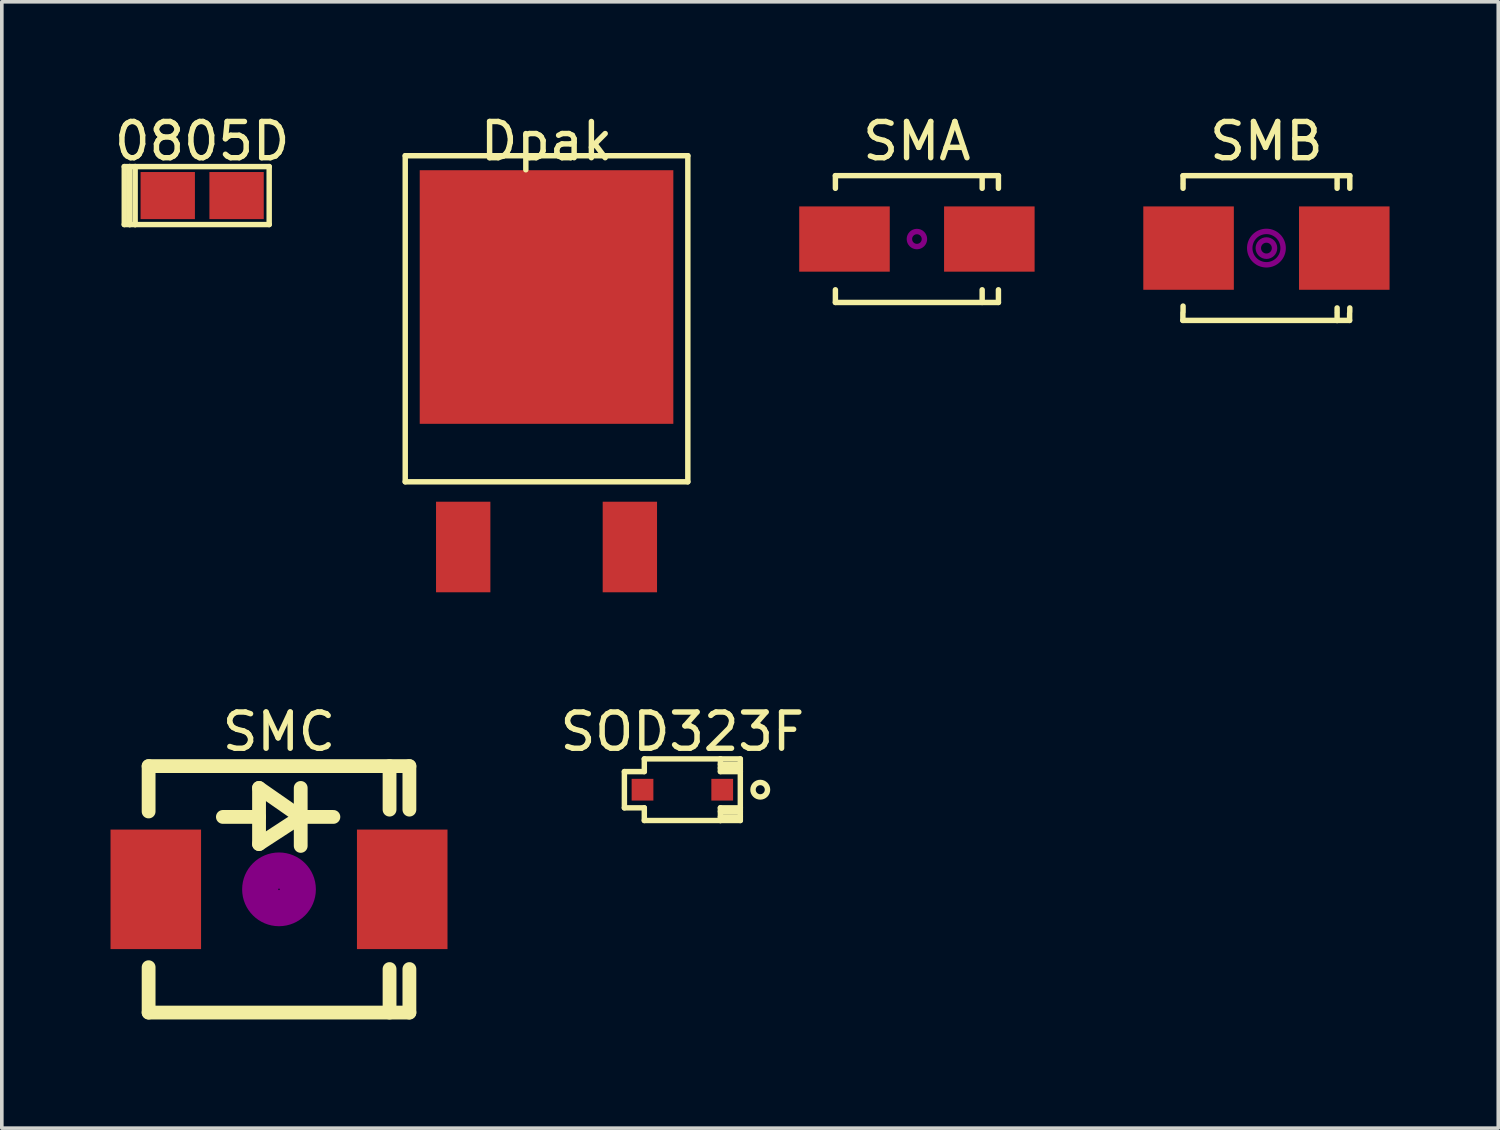
<source format=kicad_pcb>
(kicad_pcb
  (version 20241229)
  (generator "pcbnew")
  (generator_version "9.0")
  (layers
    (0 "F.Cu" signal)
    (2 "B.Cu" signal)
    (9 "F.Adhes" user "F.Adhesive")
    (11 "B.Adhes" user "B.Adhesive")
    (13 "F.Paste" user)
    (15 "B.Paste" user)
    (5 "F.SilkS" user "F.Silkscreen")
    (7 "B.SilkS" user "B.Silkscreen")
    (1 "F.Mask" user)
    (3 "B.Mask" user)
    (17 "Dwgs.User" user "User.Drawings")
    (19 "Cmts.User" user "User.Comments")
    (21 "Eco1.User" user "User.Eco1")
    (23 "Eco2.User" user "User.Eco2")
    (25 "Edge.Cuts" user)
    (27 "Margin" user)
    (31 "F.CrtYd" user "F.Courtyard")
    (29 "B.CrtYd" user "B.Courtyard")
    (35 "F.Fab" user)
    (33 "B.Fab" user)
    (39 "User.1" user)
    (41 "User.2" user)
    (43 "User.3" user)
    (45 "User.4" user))
  (footprint "SMB"
    (layer "F.Cu")
    (at 31.905 3.798)
    (property "Reference" "SMB" (at 0 -2.95 0) (layer "F.SilkS") (effects (font (size 1 1) (thickness 0.15))))
    (attr smd)
    (fp_line (start -2.306 1.996) (end -2.306 1.798) (stroke (width 0.15) (type solid)) (layer "F.SilkS"))
    (fp_line (start -2.306 1.996) (end 2.296 1.996) (stroke (width 0.15) (type solid)) (layer "F.SilkS"))
    (fp_line (start -2.301 -1.999) (end -2.301 -1.801) (stroke (width 0.15) (type solid)) (layer "F.SilkS"))
    (fp_line (start -2.301 -1.999) (end 2.301 -1.999) (stroke (width 0.15) (type solid)) (layer "F.SilkS"))
    (fp_line (start -2.301 -1.75) (end -2.301 -1.651) (stroke (width 0.15) (type solid)) (layer "F.SilkS"))
    (fp_line (start -2.301 1.75) (end -2.301 1.6) (stroke (width 0.15) (type solid)) (layer "F.SilkS"))
    (fp_line (start 1.951 -1.999) (end 1.951 -1.801) (stroke (width 0.15) (type solid)) (layer "F.SilkS"))
    (fp_line (start 1.951 -1.75) (end 1.951 -1.651) (stroke (width 0.15) (type solid)) (layer "F.SilkS"))
    (fp_line (start 1.951 1.75) (end 1.951 1.651) (stroke (width 0.15) (type solid)) (layer "F.SilkS"))
    (fp_line (start 1.951 1.999) (end 1.951 1.801) (stroke (width 0.15) (type solid)) (layer "F.SilkS"))
    (fp_line (start 2.296 1.996) (end 2.296 1.798) (stroke (width 0.15) (type solid)) (layer "F.SilkS"))
    (fp_line (start 2.301 -1.999) (end 2.301 -1.801) (stroke (width 0.15) (type solid)) (layer "F.SilkS"))
    (fp_line (start 2.301 -1.75) (end 2.301 -1.651) (stroke (width 0.15) (type solid)) (layer "F.SilkS"))
    (fp_line (start 2.301 1.75) (end 2.301 1.651) (stroke (width 0.15) (type solid)) (layer "F.SilkS"))
    (fp_circle (center 0 0) (end 0.201 0.099) (stroke (width 0.15) (type solid)) (fill no) (layer "F.Adhes"))
    (fp_circle (center 0 0) (end 0.45 0.099) (stroke (width 0.15) (type solid)) (fill no) (layer "F.Adhes"))
    (pad "1" smd rect (at 2.149 0) (size 2.499 2.301) (layers "F.Cu" "F.Mask" "F.Paste"))
    (pad "2" smd rect (at -2.149 0) (size 2.499 2.301) (layers "F.Cu" "F.Mask" "F.Paste")))
  (footprint "SMA"
    (layer "F.Cu")
    (at 22.258 3.548)
    (property "Reference" "SMA" (at 0 -2.7 0) (layer "F.SilkS") (effects (font (size 1 1) (thickness 0.15))))
    (attr smd)
    (fp_line (start -2.25 -1.75) (end -2.25 -1.4) (stroke (width 0.15) (type solid)) (layer "F.SilkS"))
    (fp_line (start -2.25 -1.75) (end 2.25 -1.75) (stroke (width 0.15) (type solid)) (layer "F.SilkS"))
    (fp_line (start -2.25 1.75) (end -2.25 1.4) (stroke (width 0.15) (type solid)) (layer "F.SilkS"))
    (fp_line (start -2.25 1.75) (end 2.25 1.75) (stroke (width 0.15) (type solid)) (layer "F.SilkS"))
    (fp_line (start 1.801 -1.75) (end 1.801 -1.4) (stroke (width 0.15) (type solid)) (layer "F.SilkS"))
    (fp_line (start 1.801 1.75) (end 1.801 1.4) (stroke (width 0.15) (type solid)) (layer "F.SilkS"))
    (fp_line (start 2.25 -1.75) (end 2.25 -1.4) (stroke (width 0.15) (type solid)) (layer "F.SilkS"))
    (fp_line (start 2.25 1.75) (end 2.25 1.4) (stroke (width 0.15) (type solid)) (layer "F.SilkS"))
    (fp_circle (center 0 0) (end 0.201 -0.051) (stroke (width 0.15) (type solid)) (fill no) (layer "F.Adhes"))
    (pad "1" smd rect (at 1.999 0) (size 2.499 1.801) (layers "F.Cu" "F.Mask" "F.Paste"))
    (pad "2" smd rect (at -1.999 0) (size 2.499 1.801) (layers "F.Cu" "F.Mask" "F.Paste")))
  (footprint "SMC"
    (layer "F.Cu")
    (at 4.651 21.497)
    (property "Reference" "SMC" (at 0 -4.35 0) (layer "F.SilkS") (effects (font (size 1 1) (thickness 0.15))))
    (attr smd)
    (fp_line (start -3.599 -3.401) (end -3.599 -2.149) (stroke (width 0.381) (type solid)) (layer "F.SilkS"))
    (fp_line (start -3.599 -3.401) (end 3.599 -3.401) (stroke (width 0.381) (type solid)) (layer "F.SilkS"))
    (fp_line (start -3.599 3.401) (end -3.599 2.149) (stroke (width 0.381) (type solid)) (layer "F.SilkS"))
    (fp_line (start -3.599 3.401) (end 3.599 3.401) (stroke (width 0.381) (type solid)) (layer "F.SilkS"))
    (fp_line (start -0.551 -1.999) (end -1.549 -1.999) (stroke (width 0.381) (type solid)) (layer "F.SilkS"))
    (fp_line (start -0.551 -1.25) (end -0.551 -2.799) (stroke (width 0.381) (type solid)) (layer "F.SilkS"))
    (fp_line (start 0.599 -2.799) (end 0.599 -1.199) (stroke (width 0.381) (type solid)) (layer "F.SilkS"))
    (fp_line (start 0.599 -1.999) (end -0.551 -2.799) (stroke (width 0.381) (type solid)) (layer "F.SilkS"))
    (fp_line (start 0.599 -1.999) (end -0.551 -1.25) (stroke (width 0.381) (type solid)) (layer "F.SilkS"))
    (fp_line (start 0.599 -1.999) (end 1.501 -1.999) (stroke (width 0.381) (type solid)) (layer "F.SilkS"))
    (fp_line (start 3.051 -3.401) (end 3.051 -2.2) (stroke (width 0.381) (type solid)) (layer "F.SilkS"))
    (fp_line (start 3.051 3.401) (end 3.051 2.2) (stroke (width 0.381) (type solid)) (layer "F.SilkS"))
    (fp_line (start 3.599 -3.401) (end 3.599 -2.2) (stroke (width 0.381) (type solid)) (layer "F.SilkS"))
    (fp_line (start 3.599 3.401) (end 3.599 2.2) (stroke (width 0.381) (type solid)) (layer "F.SilkS"))
    (fp_circle (center 0 0) (end 0.15 0.15) (stroke (width 0.381) (type solid)) (fill no) (layer "F.Adhes"))
    (fp_circle (center 0 0) (end 0.45 0.201) (stroke (width 0.381) (type solid)) (fill no) (layer "F.Adhes"))
    (fp_circle (center 0 0) (end 0.749 0.351) (stroke (width 0.381) (type solid)) (fill no) (layer "F.Adhes"))
    (pad "1" smd rect (at 3.401 0 90) (size 3.299 2.499) (layers "F.Cu" "F.Mask" "F.Paste"))
    (pad "2" smd rect (at -3.401 0 90) (size 3.299 2.499) (layers "F.Cu" "F.Mask" "F.Paste")))
  (footprint "0805D"
    (layer "F.Cu")
    (at 2.53 2.348)
    (property "Reference" "0805D" (at 0 -1.5 0) (layer "F.SilkS") (effects (font (size 1 1) (thickness 0.15))))
    (attr through_hole)
    (fp_line (start -2.15 -0.8) (end -2 -0.8) (stroke (width 0.15) (type solid)) (layer "F.SilkS"))
    (fp_line (start -2.15 0.8) (end -2.15 -0.8) (stroke (width 0.15) (type solid)) (layer "F.SilkS"))
    (fp_line (start -2 -0.8) (end -2 0.8) (stroke (width 0.15) (type solid)) (layer "F.SilkS"))
    (fp_line (start -2 0.8) (end -2.15 0.8) (stroke (width 0.15) (type solid)) (layer "F.SilkS"))
    (fp_line (start -2 0.8) (end -1.85 0.8) (stroke (width 0.15) (type solid)) (layer "F.SilkS"))
    (fp_line (start -1.85 -0.8) (end -2 -0.8) (stroke (width 0.15) (type solid)) (layer "F.SilkS"))
    (fp_line (start -1.85 -0.8) (end -1.85 0.8) (stroke (width 0.15) (type solid)) (layer "F.SilkS"))
    (fp_line (start -1.85 0.8) (end 1.85 0.8) (stroke (width 0.15) (type solid)) (layer "F.SilkS"))
    (fp_line (start 1.85 -0.8) (end -1.85 -0.8) (stroke (width 0.15) (type solid)) (layer "F.SilkS"))
    (fp_line (start 1.85 0.8) (end 1.85 -0.8) (stroke (width 0.15) (type solid)) (layer "F.SilkS"))
    (pad "1" smd rect (at 0.95 0) (size 1.5 1.3) (layers "F.Cu" "F.Mask" "F.Paste"))
    (pad "2" smd rect (at -0.95 0) (size 1.5 1.3) (layers "F.Cu" "F.Mask" "F.Paste")))
  (footprint "SOD323F"
    (layer "F.Cu")
    (at 15.784 18.747)
    (property "Reference" "SOD323F" (at 0 -1.6 0) (layer "F.SilkS") (effects (font (size 1 1) (thickness 0.15))))
    (attr smd)
    (fp_line (start -1.6 -0.5) (end -1.05 -0.5) (stroke (width 0.15) (type solid)) (layer "F.SilkS"))
    (fp_line (start -1.6 0.5) (end -1.6 -0.5) (stroke (width 0.15) (type solid)) (layer "F.SilkS"))
    (fp_line (start -1.05 -0.85) (end 1.05 -0.85) (stroke (width 0.15) (type solid)) (layer "F.SilkS"))
    (fp_line (start -1.05 -0.5) (end -1.05 -0.85) (stroke (width 0.15) (type solid)) (layer "F.SilkS"))
    (fp_line (start -1.05 0.5) (end -1.6 0.5) (stroke (width 0.15) (type solid)) (layer "F.SilkS"))
    (fp_line (start -1.05 0.85) (end -1.05 0.5) (stroke (width 0.15) (type solid)) (layer "F.SilkS"))
    (fp_line (start 1.05 -0.85) (end 1.05 -0.5) (stroke (width 0.15) (type solid)) (layer "F.SilkS"))
    (fp_line (start 1.05 -0.85) (end 1.6 -0.85) (stroke (width 0.15) (type solid)) (layer "F.SilkS"))
    (fp_line (start 1.05 -0.7) (end 1.6 -0.7) (stroke (width 0.15) (type solid)) (layer "F.SilkS"))
    (fp_line (start 1.05 -0.5) (end 1.6 -0.5) (stroke (width 0.15) (type solid)) (layer "F.SilkS"))
    (fp_line (start 1.05 0.5) (end 1.05 0.85) (stroke (width 0.15) (type solid)) (layer "F.SilkS"))
    (fp_line (start 1.05 0.75) (end 1.6 0.75) (stroke (width 0.15) (type solid)) (layer "F.SilkS"))
    (fp_line (start 1.05 0.85) (end -1.05 0.85) (stroke (width 0.15) (type solid)) (layer "F.SilkS"))
    (fp_line (start 1.05 0.85) (end 1.6 0.85) (stroke (width 0.15) (type solid)) (layer "F.SilkS"))
    (fp_line (start 1.6 -0.85) (end 1.6 -0.5) (stroke (width 0.15) (type solid)) (layer "F.SilkS"))
    (fp_line (start 1.6 -0.6) (end 1.05 -0.6) (stroke (width 0.15) (type solid)) (layer "F.SilkS"))
    (fp_line (start 1.6 -0.5) (end 1.6 0.5) (stroke (width 0.15) (type solid)) (layer "F.SilkS"))
    (fp_line (start 1.6 0.5) (end 1.05 0.5) (stroke (width 0.15) (type solid)) (layer "F.SilkS"))
    (fp_line (start 1.6 0.6) (end 1.05 0.6) (stroke (width 0.15) (type solid)) (layer "F.SilkS"))
    (fp_line (start 1.6 0.85) (end 1.6 0.5) (stroke (width 0.15) (type solid)) (layer "F.SilkS"))
    (fp_circle (center 2.15 0) (end 2.35 0) (stroke (width 0.15) (type solid)) (fill no) (layer "F.SilkS"))
    (pad "1" smd rect (at 1.1 0) (size 0.6 0.6) (layers "F.Cu" "F.Mask" "F.Paste"))
    (pad "2" smd rect (at -1.1 0) (size 0.6 0.6) (layers "F.Cu" "F.Mask" "F.Paste")))
  (footprint "Dpak"
    (layer "F.Cu")
    (at 12.035 5.148)
    (property "Reference" "Dpak" (at 0 -4.3 0) (layer "F.SilkS") (effects (font (size 1 1) (thickness 0.15))))
    (attr through_hole)
    (fp_line (start -3.9 -3.9) (end 3.9 -3.9) (stroke (width 0.15) (type solid)) (layer "F.SilkS"))
    (fp_line (start -3.9 5.1) (end -3.9 -3.9) (stroke (width 0.15) (type solid)) (layer "F.SilkS"))
    (fp_line (start 3.9 -3.9) (end 3.9 5.1) (stroke (width 0.15) (type solid)) (layer "F.SilkS"))
    (fp_line (start 3.9 5.1) (end -3.9 5.1) (stroke (width 0.15) (type solid)) (layer "F.SilkS"))
    (pad "1" smd rect (at -2.3 6.9) (size 1.5 2.5) (layers "F.Cu" "F.Mask" "F.Paste"))
    (pad "3" smd rect (at 2.3 6.9) (size 1.5 2.5) (layers "F.Cu" "F.Mask" "F.Paste"))
    (pad "4" smd rect (at 0 0) (size 7 7) (layers "F.Cu" "F.Mask" "F.Paste")))
  (gr_rect
    (start -3 -3)
    (end 38.304 28.088)
    (stroke (width 0.1) (type default))
    (fill no)
    (layer "Edge.Cuts")))
</source>
